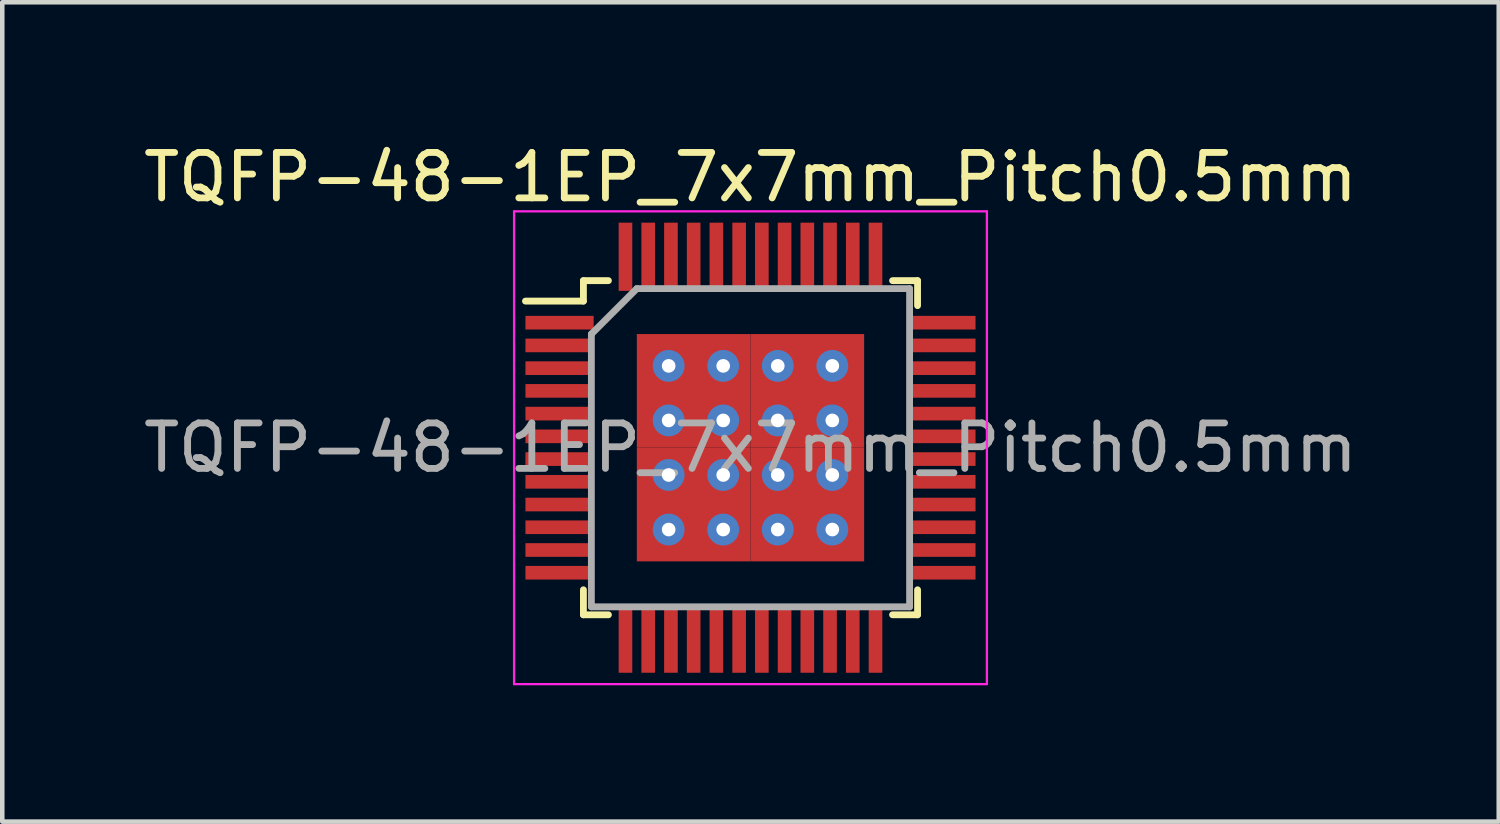
<source format=kicad_pcb>
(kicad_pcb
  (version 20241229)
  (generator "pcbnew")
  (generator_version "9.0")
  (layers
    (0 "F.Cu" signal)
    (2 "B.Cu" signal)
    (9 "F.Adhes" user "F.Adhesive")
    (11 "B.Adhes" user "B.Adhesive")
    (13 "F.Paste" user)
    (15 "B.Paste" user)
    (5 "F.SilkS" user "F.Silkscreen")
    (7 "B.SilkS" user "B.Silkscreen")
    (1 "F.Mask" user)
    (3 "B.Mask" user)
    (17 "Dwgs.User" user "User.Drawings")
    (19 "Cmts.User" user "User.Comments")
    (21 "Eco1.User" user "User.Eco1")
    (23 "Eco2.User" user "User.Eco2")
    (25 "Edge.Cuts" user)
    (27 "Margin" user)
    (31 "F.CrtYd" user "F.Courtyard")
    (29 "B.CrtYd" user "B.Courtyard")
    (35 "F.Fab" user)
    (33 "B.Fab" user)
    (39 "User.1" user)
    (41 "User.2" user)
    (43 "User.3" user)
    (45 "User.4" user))
  (footprint "TQFP-48-1EP_7x7mm_Pitch0.5mm"
    (layer "F.Cu")
    (at 13.458 6.798)
    (property "Reference" "TQFP-48-1EP_7x7mm_Pitch0.5mm" (at 0 -5.95 0) (layer "F.SilkS") (effects (font (size 1 1) (thickness 0.15))))
    (attr smd)
    (fp_line (start -3.675 -3.675) (end -3.675 -3.225) (stroke (width 0.15) (type solid)) (layer "F.SilkS"))
    (fp_line (start -3.675 -3.675) (end -3.125 -3.675) (stroke (width 0.15) (type solid)) (layer "F.SilkS"))
    (fp_line (start -3.675 -3.225) (end -4.95 -3.225) (stroke (width 0.15) (type solid)) (layer "F.SilkS"))
    (fp_line (start -3.675 3.675) (end -3.675 3.125) (stroke (width 0.15) (type solid)) (layer "F.SilkS"))
    (fp_line (start -3.675 3.675) (end -3.125 3.675) (stroke (width 0.15) (type solid)) (layer "F.SilkS"))
    (fp_line (start 3.675 -3.675) (end 3.125 -3.675) (stroke (width 0.15) (type solid)) (layer "F.SilkS"))
    (fp_line (start 3.675 -3.675) (end 3.675 -3.125) (stroke (width 0.15) (type solid)) (layer "F.SilkS"))
    (fp_line (start 3.675 3.675) (end 3.125 3.675) (stroke (width 0.15) (type solid)) (layer "F.SilkS"))
    (fp_line (start 3.675 3.675) (end 3.675 3.125) (stroke (width 0.15) (type solid)) (layer "F.SilkS"))
    (fp_line (start -5.2 -5.2) (end -5.2 5.2) (stroke (width 0.05) (type solid)) (layer "F.CrtYd"))
    (fp_line (start -5.2 -5.2) (end 5.2 -5.2) (stroke (width 0.05) (type solid)) (layer "F.CrtYd"))
    (fp_line (start -5.2 5.2) (end 5.2 5.2) (stroke (width 0.05) (type solid)) (layer "F.CrtYd"))
    (fp_line (start 5.2 -5.2) (end 5.2 5.2) (stroke (width 0.05) (type solid)) (layer "F.CrtYd"))
    (fp_line (start -3.5 -2.5) (end -2.5 -3.5) (stroke (width 0.15) (type solid)) (layer "F.Fab"))
    (fp_line (start -3.5 3.5) (end -3.5 -2.5) (stroke (width 0.15) (type solid)) (layer "F.Fab"))
    (fp_line (start -2.5 -3.5) (end 3.5 -3.5) (stroke (width 0.15) (type solid)) (layer "F.Fab"))
    (fp_line (start 3.5 -3.5) (end 3.5 3.5) (stroke (width 0.15) (type solid)) (layer "F.Fab"))
    (fp_line (start 3.5 3.5) (end -3.5 3.5) (stroke (width 0.15) (type solid)) (layer "F.Fab"))
    (fp_text user "${REFERENCE}" (at 0 0 0) (layer "F.Fab") (effects (font (size 1 1) (thickness 0.15))))
    (pad "1" smd rect (at -4.2 -2.75) (size 1.5 0.3) (layers "F.Cu" "F.Mask" "F.Paste"))
    (pad "2" smd rect (at -4.2 -2.25) (size 1.5 0.3) (layers "F.Cu" "F.Mask" "F.Paste"))
    (pad "3" smd rect (at -4.2 -1.75) (size 1.5 0.3) (layers "F.Cu" "F.Mask" "F.Paste"))
    (pad "4" smd rect (at -4.2 -1.25) (size 1.5 0.3) (layers "F.Cu" "F.Mask" "F.Paste"))
    (pad "5" smd rect (at -4.2 -0.75) (size 1.5 0.3) (layers "F.Cu" "F.Mask" "F.Paste"))
    (pad "6" smd rect (at -4.2 -0.25) (size 1.5 0.3) (layers "F.Cu" "F.Mask" "F.Paste"))
    (pad "7" smd rect (at -4.2 0.25) (size 1.5 0.3) (layers "F.Cu" "F.Mask" "F.Paste"))
    (pad "8" smd rect (at -4.2 0.75) (size 1.5 0.3) (layers "F.Cu" "F.Mask" "F.Paste"))
    (pad "9" smd rect (at -4.2 1.25) (size 1.5 0.3) (layers "F.Cu" "F.Mask" "F.Paste"))
    (pad "10" smd rect (at -4.2 1.75) (size 1.5 0.3) (layers "F.Cu" "F.Mask" "F.Paste"))
    (pad "11" smd rect (at -4.2 2.25) (size 1.5 0.3) (layers "F.Cu" "F.Mask" "F.Paste"))
    (pad "12" smd rect (at -4.2 2.75) (size 1.5 0.3) (layers "F.Cu" "F.Mask" "F.Paste"))
    (pad "13" smd rect (at -2.75 4.2 90) (size 1.5 0.3) (layers "F.Cu" "F.Mask" "F.Paste"))
    (pad "14" smd rect (at -2.25 4.2 90) (size 1.5 0.3) (layers "F.Cu" "F.Mask" "F.Paste"))
    (pad "15" smd rect (at -1.75 4.2 90) (size 1.5 0.3) (layers "F.Cu" "F.Mask" "F.Paste"))
    (pad "16" smd rect (at -1.25 4.2 90) (size 1.5 0.3) (layers "F.Cu" "F.Mask" "F.Paste"))
    (pad "17" smd rect (at -0.75 4.2 90) (size 1.5 0.3) (layers "F.Cu" "F.Mask" "F.Paste"))
    (pad "18" smd rect (at -0.25 4.2 90) (size 1.5 0.3) (layers "F.Cu" "F.Mask" "F.Paste"))
    (pad "19" smd rect (at 0.25 4.2 90) (size 1.5 0.3) (layers "F.Cu" "F.Mask" "F.Paste"))
    (pad "20" smd rect (at 0.75 4.2 90) (size 1.5 0.3) (layers "F.Cu" "F.Mask" "F.Paste"))
    (pad "21" smd rect (at 1.25 4.2 90) (size 1.5 0.3) (layers "F.Cu" "F.Mask" "F.Paste"))
    (pad "22" smd rect (at 1.75 4.2 90) (size 1.5 0.3) (layers "F.Cu" "F.Mask" "F.Paste"))
    (pad "23" smd rect (at 2.25 4.2 90) (size 1.5 0.3) (layers "F.Cu" "F.Mask" "F.Paste"))
    (pad "24" smd rect (at 2.75 4.2 90) (size 1.5 0.3) (layers "F.Cu" "F.Mask" "F.Paste"))
    (pad "25" smd rect (at 4.2 2.75) (size 1.5 0.3) (layers "F.Cu" "F.Mask" "F.Paste"))
    (pad "26" smd rect (at 4.2 2.25) (size 1.5 0.3) (layers "F.Cu" "F.Mask" "F.Paste"))
    (pad "27" smd rect (at 4.2 1.75) (size 1.5 0.3) (layers "F.Cu" "F.Mask" "F.Paste"))
    (pad "28" smd rect (at 4.2 1.25) (size 1.5 0.3) (layers "F.Cu" "F.Mask" "F.Paste"))
    (pad "29" smd rect (at 4.2 0.75) (size 1.5 0.3) (layers "F.Cu" "F.Mask" "F.Paste"))
    (pad "30" smd rect (at 4.2 0.25) (size 1.5 0.3) (layers "F.Cu" "F.Mask" "F.Paste"))
    (pad "31" smd rect (at 4.2 -0.25) (size 1.5 0.3) (layers "F.Cu" "F.Mask" "F.Paste"))
    (pad "32" smd rect (at 4.2 -0.75) (size 1.5 0.3) (layers "F.Cu" "F.Mask" "F.Paste"))
    (pad "33" smd rect (at 4.2 -1.25) (size 1.5 0.3) (layers "F.Cu" "F.Mask" "F.Paste"))
    (pad "34" smd rect (at 4.2 -1.75) (size 1.5 0.3) (layers "F.Cu" "F.Mask" "F.Paste"))
    (pad "35" smd rect (at 4.2 -2.25) (size 1.5 0.3) (layers "F.Cu" "F.Mask" "F.Paste"))
    (pad "36" smd rect (at 4.2 -2.75) (size 1.5 0.3) (layers "F.Cu" "F.Mask" "F.Paste"))
    (pad "37" smd rect (at 2.75 -4.2 90) (size 1.5 0.3) (layers "F.Cu" "F.Mask" "F.Paste"))
    (pad "38" smd rect (at 2.25 -4.2 90) (size 1.5 0.3) (layers "F.Cu" "F.Mask" "F.Paste"))
    (pad "39" smd rect (at 1.75 -4.2 90) (size 1.5 0.3) (layers "F.Cu" "F.Mask" "F.Paste"))
    (pad "40" smd rect (at 1.25 -4.2 90) (size 1.5 0.3) (layers "F.Cu" "F.Mask" "F.Paste"))
    (pad "41" smd rect (at 0.75 -4.2 90) (size 1.5 0.3) (layers "F.Cu" "F.Mask" "F.Paste"))
    (pad "42" smd rect (at 0.25 -4.2 90) (size 1.5 0.3) (layers "F.Cu" "F.Mask" "F.Paste"))
    (pad "43" smd rect (at -0.25 -4.2 90) (size 1.5 0.3) (layers "F.Cu" "F.Mask" "F.Paste"))
    (pad "44" smd rect (at -0.75 -4.2 90) (size 1.5 0.3) (layers "F.Cu" "F.Mask" "F.Paste"))
    (pad "45" smd rect (at -1.25 -4.2 90) (size 1.5 0.3) (layers "F.Cu" "F.Mask" "F.Paste"))
    (pad "46" smd rect (at -1.75 -4.2 90) (size 1.5 0.3) (layers "F.Cu" "F.Mask" "F.Paste"))
    (pad "47" smd rect (at -2.25 -4.2 90) (size 1.5 0.3) (layers "F.Cu" "F.Mask" "F.Paste"))
    (pad "48" smd rect (at -2.75 -4.2 90) (size 1.5 0.3) (layers "F.Cu" "F.Mask" "F.Paste"))
    (pad "49" thru_hole circle (at -1.8 -1.8) (size 0.7 0.7) (drill 0.3) (layers "*.Cu" "*.Mask"))
    (pad "49" thru_hole circle (at -1.8 -0.6) (size 0.7 0.7) (drill 0.3) (layers "*.Cu" "*.Mask"))
    (pad "49" thru_hole circle (at -1.8 0.6) (size 0.7 0.7) (drill 0.3) (layers "*.Cu" "*.Mask"))
    (pad "49" thru_hole circle (at -1.8 1.8) (size 0.7 0.7) (drill 0.3) (layers "*.Cu" "*.Mask"))
    (pad "49" smd rect (at -1.25 -1.25) (size 2.5 2.5) (layers "F.Cu" "F.Mask" "F.Paste"))
    (pad "49" smd rect (at -1.25 1.25) (size 2.5 2.5) (layers "F.Cu" "F.Mask" "F.Paste"))
    (pad "49" thru_hole circle (at -0.6 -1.8) (size 0.7 0.7) (drill 0.3) (layers "*.Cu" "*.Mask"))
    (pad "49" thru_hole circle (at -0.6 -0.6) (size 0.7 0.7) (drill 0.3) (layers "*.Cu" "*.Mask"))
    (pad "49" thru_hole circle (at -0.6 0.6) (size 0.7 0.7) (drill 0.3) (layers "*.Cu" "*.Mask"))
    (pad "49" thru_hole circle (at -0.6 1.8) (size 0.7 0.7) (drill 0.3) (layers "*.Cu" "*.Mask"))
    (pad "49" thru_hole circle (at 0.6 -1.8) (size 0.7 0.7) (drill 0.3) (layers "*.Cu" "*.Mask"))
    (pad "49" thru_hole circle (at 0.6 -0.6) (size 0.7 0.7) (drill 0.3) (layers "*.Cu" "*.Mask"))
    (pad "49" thru_hole circle (at 0.6 0.6) (size 0.7 0.7) (drill 0.3) (layers "*.Cu" "*.Mask"))
    (pad "49" thru_hole circle (at 0.6 1.8) (size 0.7 0.7) (drill 0.3) (layers "*.Cu" "*.Mask"))
    (pad "49" smd rect (at 1.25 -1.25) (size 2.5 2.5) (layers "F.Cu" "F.Mask" "F.Paste"))
    (pad "49" smd rect (at 1.25 1.25) (size 2.5 2.5) (layers "F.Cu" "F.Mask" "F.Paste"))
    (pad "49" thru_hole circle (at 1.8 -1.8) (size 0.7 0.7) (drill 0.3) (layers "*.Cu" "*.Mask"))
    (pad "49" thru_hole circle (at 1.8 -0.6) (size 0.7 0.7) (drill 0.3) (layers "*.Cu" "*.Mask"))
    (pad "49" thru_hole circle (at 1.8 0.6) (size 0.7 0.7) (drill 0.3) (layers "*.Cu" "*.Mask"))
    (pad "49" thru_hole circle (at 1.8 1.8) (size 0.7 0.7) (drill 0.3) (layers "*.Cu" "*.Mask")))
  (gr_rect
    (start -3 -3)
    (end 29.917 15.023)
    (stroke (width 0.1) (type default))
    (fill no)
    (layer "Edge.Cuts")))
</source>
